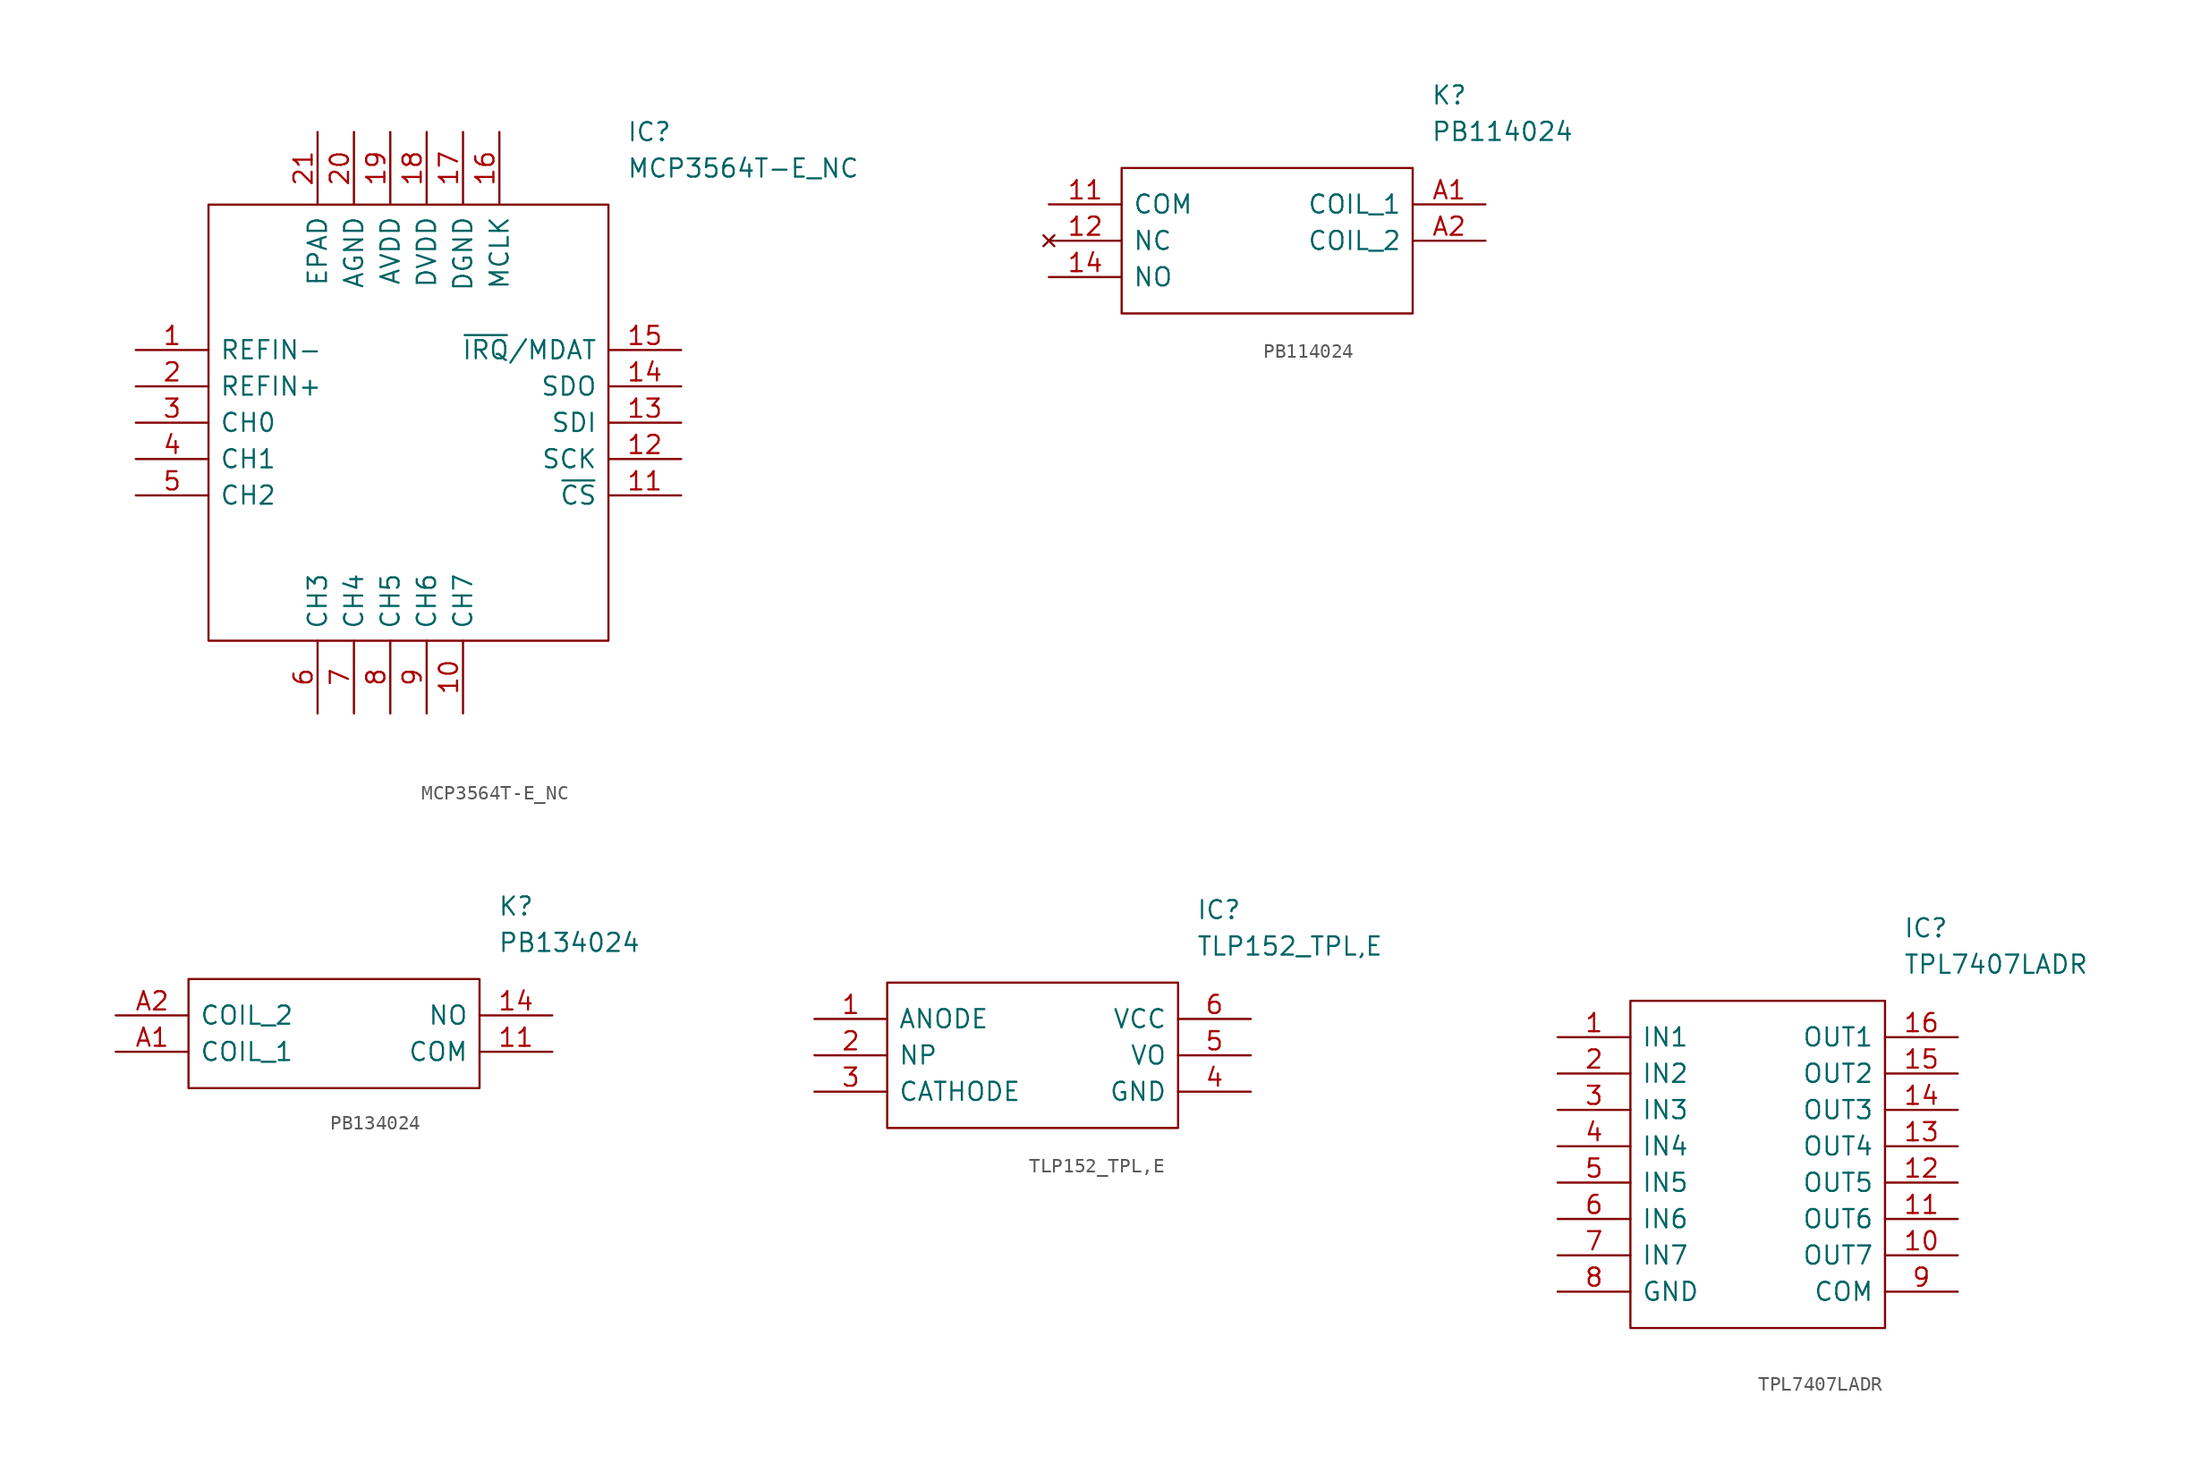
<source format=kicad_sym>
(kicad_symbol_lib
  (version 20241209)
  (generator "kicad_symbol_editor")
  (generator_version "9.0")
  (symbol "MCP3564T-E_NC"
    (pin_names
      (offset 0.762))
    (property "Reference" "IC"
      (at 34.29 15.24 0)
      (effects (font (size 1.27 1.27)) (justify left)))
    (property "Value" "MCP3564T-E_NC"
      (at 34.29 12.7 0)
      (effects (font (size 1.27 1.27)) (justify left)))
    (symbol "MCP3564T-E_NC_0_0"
      (pin passive line (at 0 0 0) (length 5.08) (name "REFIN-" (effects (font (size 1.27 1.27)))) (number "1" (effects (font (size 1.27 1.27)))))
      (pin passive line (at 0 -2.54 0) (length 5.08) (name "REFIN+" (effects (font (size 1.27 1.27)))) (number "2" (effects (font (size 1.27 1.27)))))
      (pin passive line (at 0 -5.08 0) (length 5.08) (name "CH0" (effects (font (size 1.27 1.27)))) (number "3" (effects (font (size 1.27 1.27)))))
      (pin passive line (at 0 -7.62 0) (length 5.08) (name "CH1" (effects (font (size 1.27 1.27)))) (number "4" (effects (font (size 1.27 1.27)))))
      (pin passive line (at 0 -10.16 0) (length 5.08) (name "CH2" (effects (font (size 1.27 1.27)))) (number "5" (effects (font (size 1.27 1.27)))))
      (pin passive line (at 12.7 15.24 270) (length 5.08) (name "EPAD" (effects (font (size 1.27 1.27)))) (number "21" (effects (font (size 1.27 1.27)))))
      (pin passive line (at 12.7 -25.4 90) (length 5.08) (name "CH3" (effects (font (size 1.27 1.27)))) (number "6" (effects (font (size 1.27 1.27)))))
      (pin passive line (at 15.24 15.24 270) (length 5.08) (name "AGND" (effects (font (size 1.27 1.27)))) (number "20" (effects (font (size 1.27 1.27)))))
      (pin passive line (at 15.24 -25.4 90) (length 5.08) (name "CH4" (effects (font (size 1.27 1.27)))) (number "7" (effects (font (size 1.27 1.27)))))
      (pin passive line (at 17.78 15.24 270) (length 5.08) (name "AVDD" (effects (font (size 1.27 1.27)))) (number "19" (effects (font (size 1.27 1.27)))))
      (pin passive line (at 17.78 -25.4 90) (length 5.08) (name "CH5" (effects (font (size 1.27 1.27)))) (number "8" (effects (font (size 1.27 1.27)))))
      (pin passive line (at 20.32 15.24 270) (length 5.08) (name "DVDD" (effects (font (size 1.27 1.27)))) (number "18" (effects (font (size 1.27 1.27)))))
      (pin passive line (at 20.32 -25.4 90) (length 5.08) (name "CH6" (effects (font (size 1.27 1.27)))) (number "9" (effects (font (size 1.27 1.27)))))
      (pin passive line (at 22.86 15.24 270) (length 5.08) (name "DGND" (effects (font (size 1.27 1.27)))) (number "17" (effects (font (size 1.27 1.27)))))
      (pin passive line (at 22.86 -25.4 90) (length 5.08) (name "CH7" (effects (font (size 1.27 1.27)))) (number "10" (effects (font (size 1.27 1.27)))))
      (pin passive line (at 25.4 15.24 270) (length 5.08) (name "MCLK" (effects (font (size 1.27 1.27)))) (number "16" (effects (font (size 1.27 1.27)))))
      (pin passive line (at 38.1 0 180) (length 5.08) (name "~{IRQ}/MDAT" (effects (font (size 1.27 1.27)))) (number "15" (effects (font (size 1.27 1.27)))))
      (pin passive line (at 38.1 -2.54 180) (length 5.08) (name "SDO" (effects (font (size 1.27 1.27)))) (number "14" (effects (font (size 1.27 1.27)))))
      (pin passive line (at 38.1 -5.08 180) (length 5.08) (name "SDI" (effects (font (size 1.27 1.27)))) (number "13" (effects (font (size 1.27 1.27)))))
      (pin passive line (at 38.1 -7.62 180) (length 5.08) (name "SCK" (effects (font (size 1.27 1.27)))) (number "12" (effects (font (size 1.27 1.27)))))
      (pin passive line (at 38.1 -10.16 180) (length 5.08) (name "~{CS}" (effects (font (size 1.27 1.27)))) (number "11" (effects (font (size 1.27 1.27))))))
    (symbol "MCP3564T-E_NC_0_1"
      (polyline (pts (xy 5.08 10.16) (xy 33.02 10.16) (xy 33.02 -20.32) (xy 5.08 -20.32) (xy 5.08 10.16)) (stroke (width 0.152) (type solid)) (fill (type none)))))
  (symbol "PB114024"
    (pin_names
      (offset 0.762))
    (property "Reference" "K"
      (at 26.67 7.62 0)
      (effects (font (size 1.27 1.27)) (justify left)))
    (property "Value" "PB114024"
      (at 26.67 5.08 0)
      (effects (font (size 1.27 1.27)) (justify left)))
    (symbol "PB114024_0_0"
      (pin passive line (at 0 0 0) (length 5.08) (name "COM" (effects (font (size 1.27 1.27)))) (number "11" (effects (font (size 1.27 1.27)))))
      (pin no_connect line (at 0 -2.54 0) (length 5.08) (name "NC" (effects (font (size 1.27 1.27)))) (number "12" (effects (font (size 1.27 1.27)))))
      (pin passive line (at 0 -5.08 0) (length 5.08) (name "NO" (effects (font (size 1.27 1.27)))) (number "14" (effects (font (size 1.27 1.27)))))
      (pin passive line (at 30.48 0 180) (length 5.08) (name "COIL_1" (effects (font (size 1.27 1.27)))) (number "A1" (effects (font (size 1.27 1.27)))))
      (pin passive line (at 30.48 -2.54 180) (length 5.08) (name "COIL_2" (effects (font (size 1.27 1.27)))) (number "A2" (effects (font (size 1.27 1.27))))))
    (symbol "PB114024_0_1"
      (polyline (pts (xy 5.08 2.54) (xy 25.4 2.54) (xy 25.4 -7.62) (xy 5.08 -7.62) (xy 5.08 2.54)) (stroke (width 0.152) (type solid)) (fill (type none)))))
  (symbol "PB134024"
    (pin_names
      (offset 0.762))
    (property "Reference" "K"
      (at 26.67 7.62 0)
      (effects (font (size 1.27 1.27)) (justify left)))
    (property "Value" "PB134024"
      (at 26.67 5.08 0)
      (effects (font (size 1.27 1.27)) (justify left)))
    (symbol "PB134024_0_0"
      (pin passive line (at 0 0 0) (length 5.08) (name "COIL_2" (effects (font (size 1.27 1.27)))) (number "A2" (effects (font (size 1.27 1.27)))))
      (pin passive line (at 0 -2.54 0) (length 5.08) (name "COIL_1" (effects (font (size 1.27 1.27)))) (number "A1" (effects (font (size 1.27 1.27)))))
      (pin passive line (at 30.48 0 180) (length 5.08) (name "NO" (effects (font (size 1.27 1.27)))) (number "14" (effects (font (size 1.27 1.27)))))
      (pin passive line (at 30.48 -2.54 180) (length 5.08) (name "COM" (effects (font (size 1.27 1.27)))) (number "11" (effects (font (size 1.27 1.27))))))
    (symbol "PB134024_0_1"
      (polyline (pts (xy 5.08 2.54) (xy 25.4 2.54) (xy 25.4 -5.08) (xy 5.08 -5.08) (xy 5.08 2.54)) (stroke (width 0.152) (type solid)) (fill (type none)))))
  (symbol "TLP152_TPL,E"
    (pin_names
      (offset 0.762))
    (property "Reference" "IC"
      (at 26.67 7.62 0)
      (effects (font (size 1.27 1.27)) (justify left)))
    (property "Value" "TLP152_TPL,E"
      (at 26.67 5.08 0)
      (effects (font (size 1.27 1.27)) (justify left)))
    (symbol "TLP152_TPL,E_0_0"
      (pin passive line (at 0 0 0) (length 5.08) (name "ANODE" (effects (font (size 1.27 1.27)))) (number "1" (effects (font (size 1.27 1.27)))))
      (pin passive line (at 0 -2.54 0) (length 5.08) (name "NP" (effects (font (size 1.27 1.27)))) (number "2" (effects (font (size 1.27 1.27)))))
      (pin passive line (at 0 -5.08 0) (length 5.08) (name "CATHODE" (effects (font (size 1.27 1.27)))) (number "3" (effects (font (size 1.27 1.27)))))
      (pin passive line (at 30.48 0 180) (length 5.08) (name "VCC" (effects (font (size 1.27 1.27)))) (number "6" (effects (font (size 1.27 1.27)))))
      (pin passive line (at 30.48 -2.54 180) (length 5.08) (name "VO" (effects (font (size 1.27 1.27)))) (number "5" (effects (font (size 1.27 1.27)))))
      (pin passive line (at 30.48 -5.08 180) (length 5.08) (name "GND" (effects (font (size 1.27 1.27)))) (number "4" (effects (font (size 1.27 1.27))))))
    (symbol "TLP152_TPL,E_0_1"
      (polyline (pts (xy 5.08 2.54) (xy 25.4 2.54) (xy 25.4 -7.62) (xy 5.08 -7.62) (xy 5.08 2.54)) (stroke (width 0.152) (type solid)) (fill (type none)))))
  (symbol "TPL7407LADR"
    (pin_names
      (offset 0.762))
    (property "Reference" "IC"
      (at 24.13 7.62 0)
      (effects (font (size 1.27 1.27)) (justify left)))
    (property "Value" "TPL7407LADR"
      (at 24.13 5.08 0)
      (effects (font (size 1.27 1.27)) (justify left)))
    (symbol "TPL7407LADR_0_0"
      (pin passive line (at 0 0 0) (length 5.08) (name "IN1" (effects (font (size 1.27 1.27)))) (number "1" (effects (font (size 1.27 1.27)))))
      (pin passive line (at 0 -2.54 0) (length 5.08) (name "IN2" (effects (font (size 1.27 1.27)))) (number "2" (effects (font (size 1.27 1.27)))))
      (pin passive line (at 0 -5.08 0) (length 5.08) (name "IN3" (effects (font (size 1.27 1.27)))) (number "3" (effects (font (size 1.27 1.27)))))
      (pin passive line (at 0 -7.62 0) (length 5.08) (name "IN4" (effects (font (size 1.27 1.27)))) (number "4" (effects (font (size 1.27 1.27)))))
      (pin passive line (at 0 -10.16 0) (length 5.08) (name "IN5" (effects (font (size 1.27 1.27)))) (number "5" (effects (font (size 1.27 1.27)))))
      (pin passive line (at 0 -12.7 0) (length 5.08) (name "IN6" (effects (font (size 1.27 1.27)))) (number "6" (effects (font (size 1.27 1.27)))))
      (pin passive line (at 0 -15.24 0) (length 5.08) (name "IN7" (effects (font (size 1.27 1.27)))) (number "7" (effects (font (size 1.27 1.27)))))
      (pin passive line (at 0 -17.78 0) (length 5.08) (name "GND" (effects (font (size 1.27 1.27)))) (number "8" (effects (font (size 1.27 1.27)))))
      (pin passive line (at 27.94 0 180) (length 5.08) (name "OUT1" (effects (font (size 1.27 1.27)))) (number "16" (effects (font (size 1.27 1.27)))))
      (pin passive line (at 27.94 -2.54 180) (length 5.08) (name "OUT2" (effects (font (size 1.27 1.27)))) (number "15" (effects (font (size 1.27 1.27)))))
      (pin passive line (at 27.94 -5.08 180) (length 5.08) (name "OUT3" (effects (font (size 1.27 1.27)))) (number "14" (effects (font (size 1.27 1.27)))))
      (pin passive line (at 27.94 -7.62 180) (length 5.08) (name "OUT4" (effects (font (size 1.27 1.27)))) (number "13" (effects (font (size 1.27 1.27)))))
      (pin passive line (at 27.94 -10.16 180) (length 5.08) (name "OUT5" (effects (font (size 1.27 1.27)))) (number "12" (effects (font (size 1.27 1.27)))))
      (pin passive line (at 27.94 -12.7 180) (length 5.08) (name "OUT6" (effects (font (size 1.27 1.27)))) (number "11" (effects (font (size 1.27 1.27)))))
      (pin passive line (at 27.94 -15.24 180) (length 5.08) (name "OUT7" (effects (font (size 1.27 1.27)))) (number "10" (effects (font (size 1.27 1.27)))))
      (pin passive line (at 27.94 -17.78 180) (length 5.08) (name "COM" (effects (font (size 1.27 1.27)))) (number "9" (effects (font (size 1.27 1.27))))))
    (symbol "TPL7407LADR_0_1"
      (polyline (pts (xy 5.08 2.54) (xy 22.86 2.54) (xy 22.86 -20.32) (xy 5.08 -20.32) (xy 5.08 2.54)) (stroke (width 0.152) (type solid)) (fill (type none))))))
</source>
